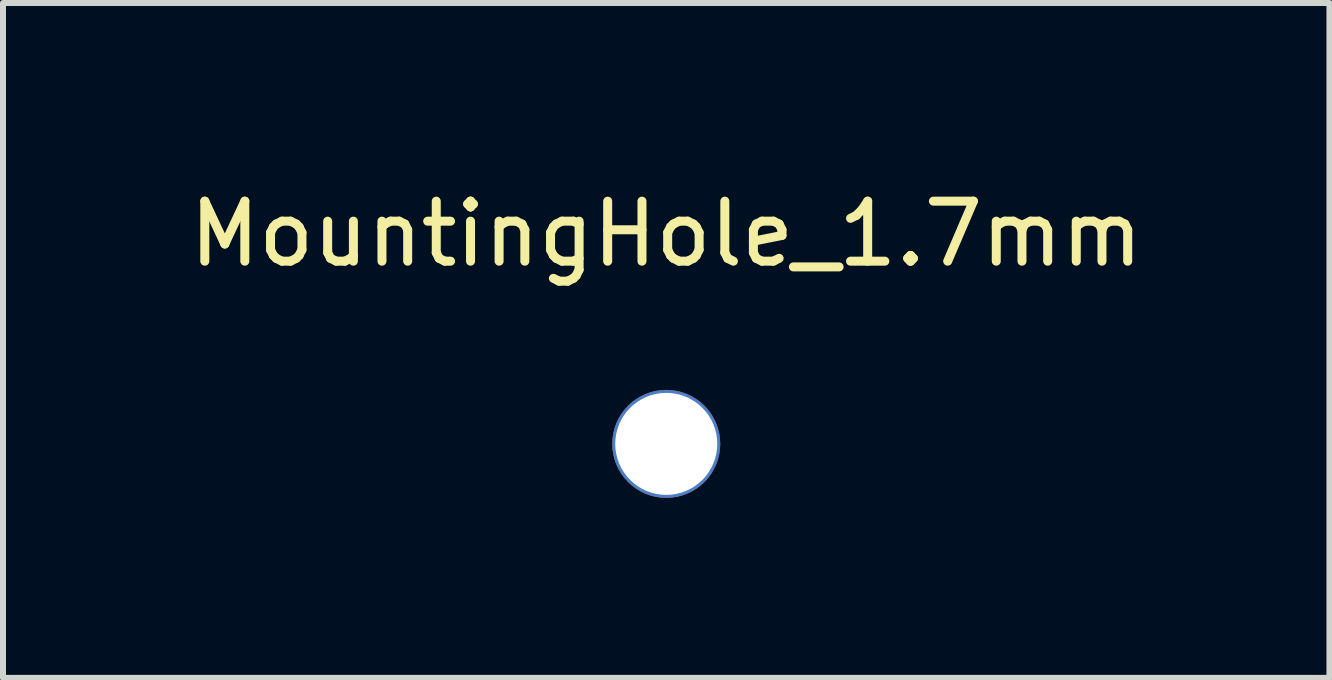
<source format=kicad_pcb>
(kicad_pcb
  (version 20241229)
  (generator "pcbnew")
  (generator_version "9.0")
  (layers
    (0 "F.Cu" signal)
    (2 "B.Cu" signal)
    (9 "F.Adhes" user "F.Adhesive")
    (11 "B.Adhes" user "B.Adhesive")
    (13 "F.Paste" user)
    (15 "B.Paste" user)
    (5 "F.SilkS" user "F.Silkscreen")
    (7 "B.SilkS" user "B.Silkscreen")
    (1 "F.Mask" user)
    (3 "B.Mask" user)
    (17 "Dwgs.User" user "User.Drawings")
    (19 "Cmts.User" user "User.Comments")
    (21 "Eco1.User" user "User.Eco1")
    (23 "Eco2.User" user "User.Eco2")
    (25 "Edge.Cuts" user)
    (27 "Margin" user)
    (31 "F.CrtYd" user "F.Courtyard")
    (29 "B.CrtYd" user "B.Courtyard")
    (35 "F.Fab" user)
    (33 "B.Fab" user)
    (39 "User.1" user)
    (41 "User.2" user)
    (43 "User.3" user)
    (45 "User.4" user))
  (footprint "MountingHole_1.7mm"
    (layer "F.Cu")
    (at 8.054 4.348)
    (property "Reference" "MountingHole_1.7mm" (at 0 -3.5 0) (layer "F.SilkS") (effects (font (size 1 1) (thickness 0.15))))
    (attr exclude_from_pos_files exclude_from_bom)
    (pad "" thru_hole circle (at 0 0) (size 1.8 1.8) (drill 1.7) (layers "*.Cu" "*.Mask")))
  (gr_rect
    (start -3 -3)
    (end 19.107 8.248)
    (stroke (width 0.1) (type default))
    (fill no)
    (layer "Edge.Cuts")))
</source>
